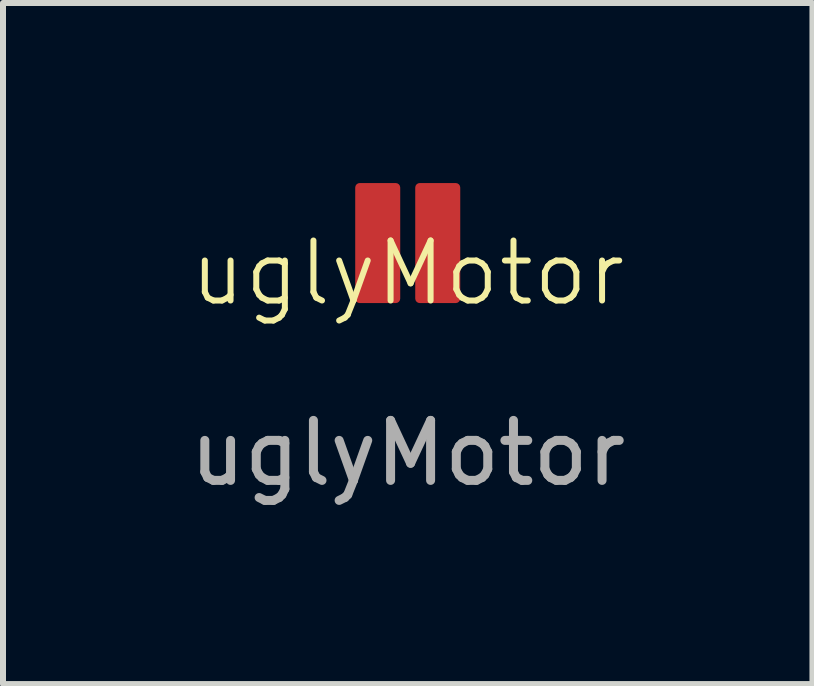
<source format=kicad_pcb>
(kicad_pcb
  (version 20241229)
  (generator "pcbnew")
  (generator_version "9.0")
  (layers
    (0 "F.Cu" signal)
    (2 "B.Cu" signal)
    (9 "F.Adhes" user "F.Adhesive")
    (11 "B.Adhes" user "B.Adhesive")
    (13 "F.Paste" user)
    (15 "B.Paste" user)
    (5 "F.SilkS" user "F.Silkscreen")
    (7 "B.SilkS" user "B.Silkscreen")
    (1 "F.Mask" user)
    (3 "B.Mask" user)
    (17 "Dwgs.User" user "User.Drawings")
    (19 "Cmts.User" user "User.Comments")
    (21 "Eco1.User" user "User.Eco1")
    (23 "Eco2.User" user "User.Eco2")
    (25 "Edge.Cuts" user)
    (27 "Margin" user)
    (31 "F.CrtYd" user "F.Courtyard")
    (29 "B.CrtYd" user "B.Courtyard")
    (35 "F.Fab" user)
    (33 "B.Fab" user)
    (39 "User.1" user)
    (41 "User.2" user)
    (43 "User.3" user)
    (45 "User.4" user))
  (footprint "uglyMotor"
    (layer "F.Cu")
    (at 3.744 2)
    (property "Reference" "uglyMotor" (at 0 -0.5 0) (unlocked yes) (layer "F.SilkS") (effects (font (size 1 1) (thickness 0.1))))
    (attr smd)
    (fp_text user "${REFERENCE}" (at 0 2.5 0) (unlocked yes) (layer "F.Fab") (effects (font (size 1 1) (thickness 0.15))))
    (pad "1" smd roundrect (at -0.5 -1 90) (size 2 0.75) (layers "F.Cu" "F.Mask" "F.Paste") (roundrect_rratio 0.1))
    (pad "2" smd roundrect (at 0.5 -1 90) (size 2 0.75) (layers "F.Cu" "F.Mask" "F.Paste") (roundrect_rratio 0.1)))
  (gr_rect
    (start -3 -3)
    (end 10.488 8.348)
    (stroke (width 0.1) (type default))
    (fill no)
    (layer "Edge.Cuts")))
</source>
